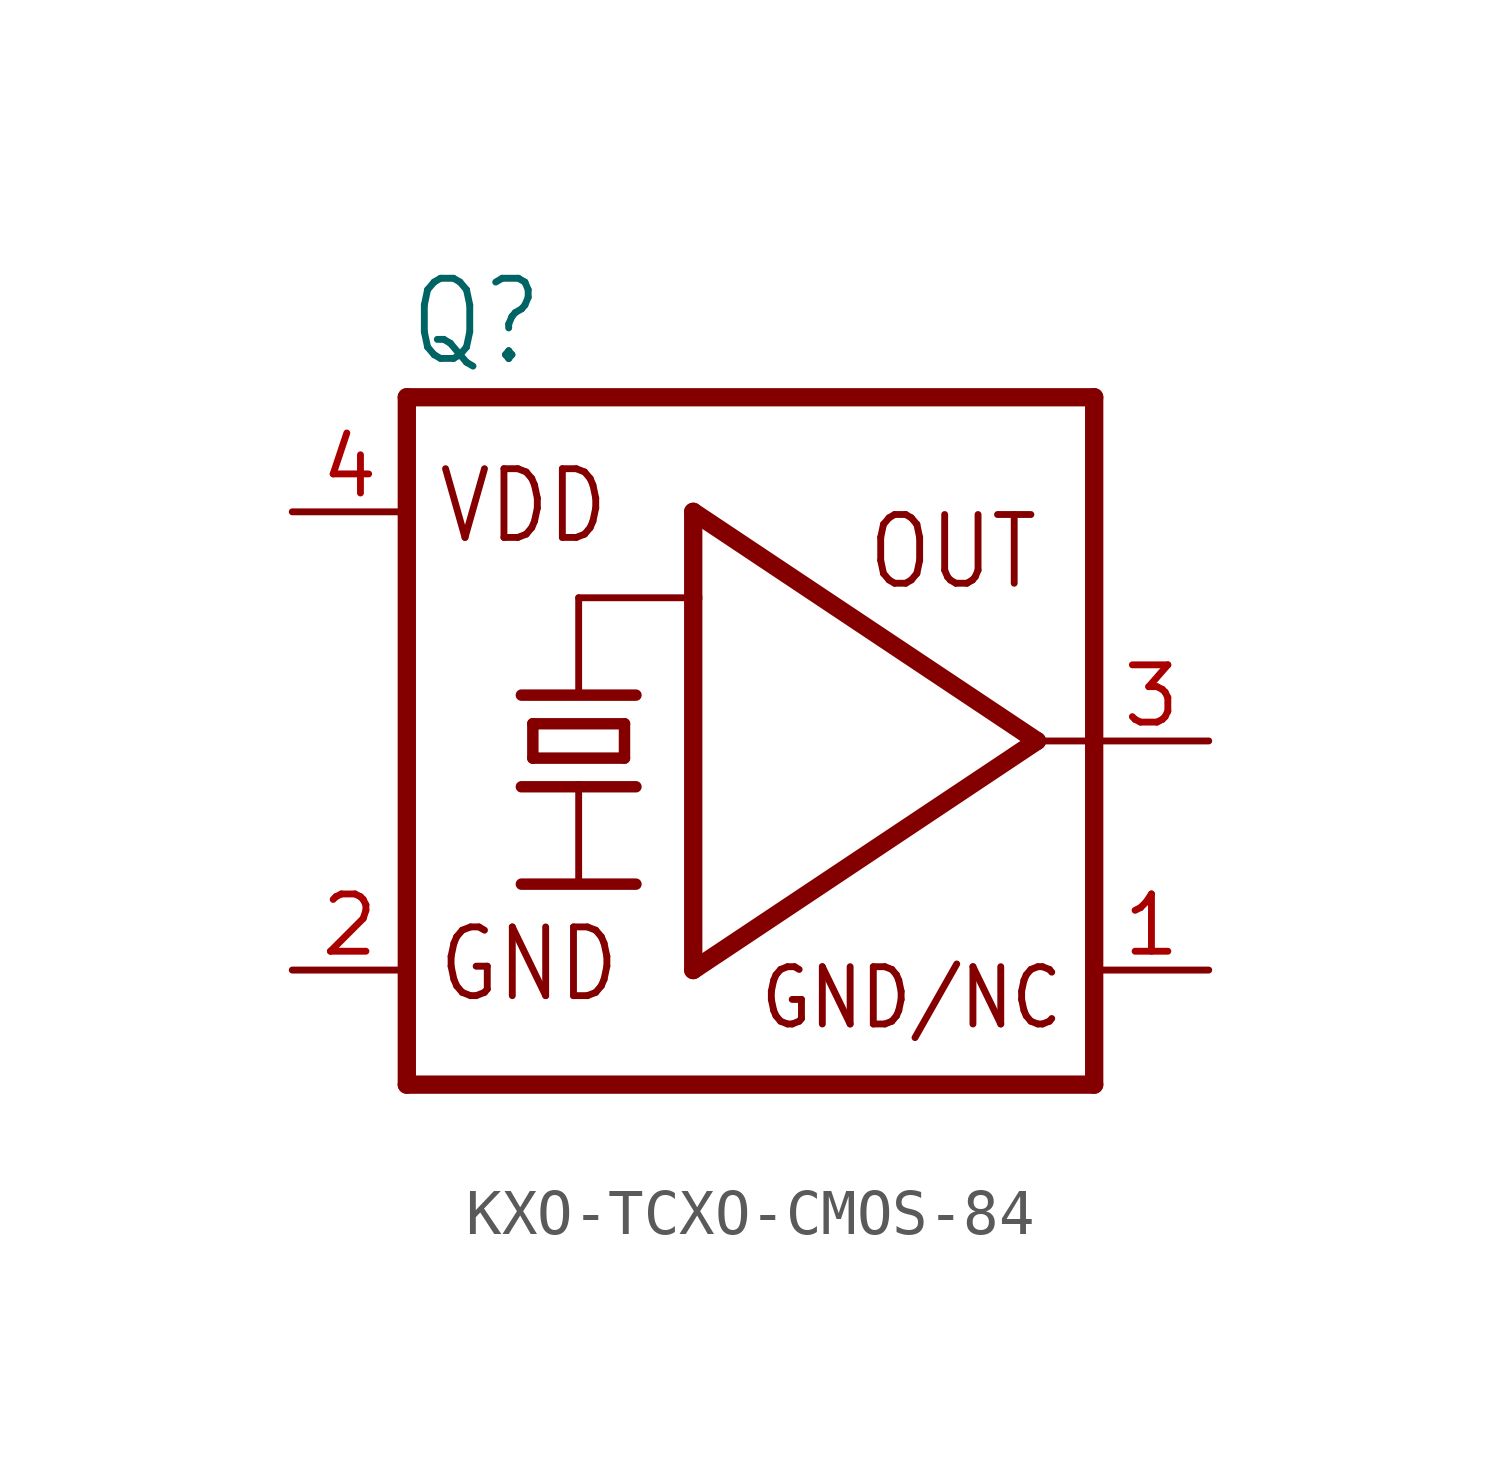
<source format=kicad_sym>
(kicad_symbol_lib
  (version 20201005)
  (generator kicad_symbol_editor)
  (symbol "KXO-TCXO-CMOS-84"
    (property "Reference" "Q"
      (at -7.62 8.255 0)
      (effects (font (size 1.778 1.511)) (justify left bottom)))
    (property "ki_locked" ""
      (at 0 0 0)
      (effects (font (size 1.27 1.27))))
    (symbol "KXO-TCXO-CMOS-84_1_0"
      (text "GND" (at -6.985 -5.842 0) (effects (font (size 1.524 1.295)) (justify left bottom)))
      (text "GND/NC" (at 6.985 -4.953 0) (effects (font (size 1.27 1.079)) (justify right top)))
      (text "OUT" (at 2.54 3.302 0) (effects (font (size 1.524 1.295)) (justify left bottom)))
      (text "VDD" (at -6.985 4.318 0) (effects (font (size 1.524 1.295)) (justify left bottom)))
      (polyline (pts (xy -7.62 7.62) (xy -7.62 -7.62)) (stroke (width 0.406)) (fill (type none)))
      (polyline (pts (xy -7.62 7.62) (xy 7.62 7.62)) (stroke (width 0.406)) (fill (type none)))
      (polyline (pts (xy -5.08 -3.175) (xy -2.54 -3.175)) (stroke (width 0.254)) (fill (type none)))
      (polyline (pts (xy -5.08 -1.016) (xy -3.81 -1.016)) (stroke (width 0.254)) (fill (type none)))
      (polyline (pts (xy -5.08 1.016) (xy -2.54 1.016)) (stroke (width 0.254)) (fill (type none)))
      (polyline (pts (xy -4.826 -0.381) (xy -4.826 0.381)) (stroke (width 0.254)) (fill (type none)))
      (polyline (pts (xy -4.826 -0.381) (xy -2.794 -0.381)) (stroke (width 0.254)) (fill (type none)))
      (polyline (pts (xy -4.826 0.381) (xy -2.794 0.381)) (stroke (width 0.254)) (fill (type none)))
      (polyline (pts (xy -3.81 -3.175) (xy -3.81 -1.016)) (stroke (width 0.152)) (fill (type none)))
      (polyline (pts (xy -3.81 -1.016) (xy -2.54 -1.016)) (stroke (width 0.254)) (fill (type none)))
      (polyline (pts (xy -3.81 1.016) (xy -3.81 3.175)) (stroke (width 0.152)) (fill (type none)))
      (polyline (pts (xy -3.81 3.175) (xy -1.27 3.175)) (stroke (width 0.152)) (fill (type none)))
      (polyline (pts (xy -2.794 0.381) (xy -2.794 -0.381)) (stroke (width 0.254)) (fill (type none)))
      (polyline (pts (xy -1.27 -5.08) (xy -1.27 3.175)) (stroke (width 0.406)) (fill (type none)))
      (polyline (pts (xy -1.27 3.175) (xy -1.27 5.08)) (stroke (width 0.406)) (fill (type none)))
      (polyline (pts (xy -1.27 5.08) (xy 6.35 0)) (stroke (width 0.406)) (fill (type none)))
      (polyline (pts (xy 6.35 0) (xy -1.27 -5.08)) (stroke (width 0.406)) (fill (type none)))
      (polyline (pts (xy 6.35 0) (xy 7.62 0)) (stroke (width 0.152)) (fill (type none)))
      (polyline (pts (xy 7.62 -7.62) (xy -7.62 -7.62)) (stroke (width 0.406)) (fill (type none)))
      (polyline (pts (xy 7.62 -7.62) (xy 7.62 0)) (stroke (width 0.406)) (fill (type none)))
      (polyline (pts (xy 7.62 0) (xy 7.62 7.62)) (stroke (width 0.406)) (fill (type none)))
      (pin power_in line (at 10.16 -5.08 180) (length 2.54) (name "GND/NC" (effects (font (size 0 0)))) (number "1" (effects (font (size 1.27 1.27)))))
      (pin power_in line (at -10.16 -5.08 0) (length 2.54) (name "GND" (effects (font (size 0 0)))) (number "2" (effects (font (size 1.27 1.27)))))
      (pin output line (at 10.16 0 180) (length 2.54) (name "OUT" (effects (font (size 0 0)))) (number "3" (effects (font (size 1.27 1.27)))))
      (pin power_in line (at -10.16 5.08 0) (length 2.54) (name "VDD" (effects (font (size 0 0)))) (number "4" (effects (font (size 1.27 1.27))))))))
</source>
